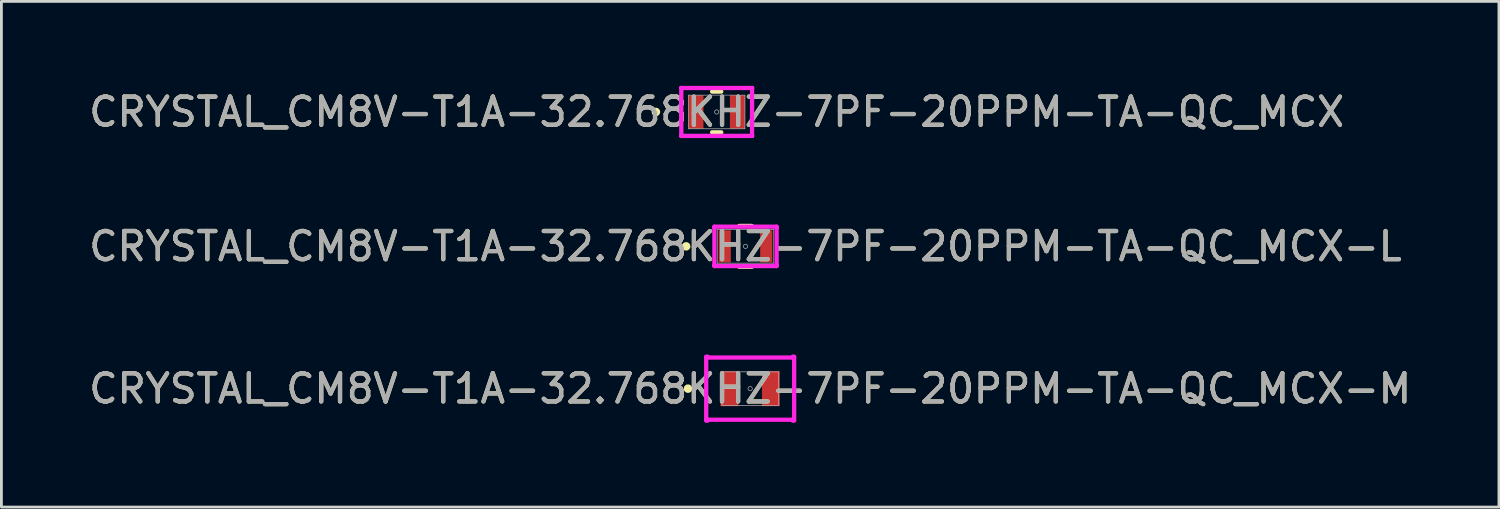
<source format=kicad_pcb>
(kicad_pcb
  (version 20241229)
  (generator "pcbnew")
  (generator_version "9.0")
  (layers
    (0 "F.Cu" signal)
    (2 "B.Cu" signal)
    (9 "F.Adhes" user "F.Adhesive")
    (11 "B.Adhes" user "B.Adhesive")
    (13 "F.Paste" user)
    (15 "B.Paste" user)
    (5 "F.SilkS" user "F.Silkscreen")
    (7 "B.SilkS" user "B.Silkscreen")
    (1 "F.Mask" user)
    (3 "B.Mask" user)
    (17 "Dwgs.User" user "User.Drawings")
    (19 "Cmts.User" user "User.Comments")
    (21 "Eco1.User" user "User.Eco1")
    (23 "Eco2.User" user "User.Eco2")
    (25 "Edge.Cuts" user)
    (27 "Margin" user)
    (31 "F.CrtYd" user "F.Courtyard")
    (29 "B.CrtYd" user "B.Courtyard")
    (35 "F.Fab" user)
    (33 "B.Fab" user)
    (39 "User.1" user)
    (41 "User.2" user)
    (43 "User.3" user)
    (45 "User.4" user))
  (footprint "CRYSTAL_CM8V-T1A-32.768KHZ-7PF-20PPM-TA-QC_MCX-M"
    (layer "F.Cu")
    (at 23.601 10.757)
    (property "Reference" "CRYSTAL_CM8V-T1A-32.768KHZ-7PF-20PPM-TA-QC_MCX-M" (at 0 0 0) (unlocked yes) (layer "F.SilkS") (effects (font (size 1 1) (thickness 0.15))))
    (attr smd)
    (fp_circle (center -2.21 0) (end -2.134 0) (stroke (width 0.152) (type solid)) (fill no) (layer "F.SilkS"))
    (fp_line (start -1.562 -1.13) (end -1.511 -1.13) (stroke (width 0.152) (type solid)) (layer "F.CrtYd"))
    (fp_line (start -1.562 1.13) (end -1.562 -1.13) (stroke (width 0.152) (type solid)) (layer "F.CrtYd"))
    (fp_line (start -1.562 1.13) (end -1.511 1.13) (stroke (width 0.152) (type solid)) (layer "F.CrtYd"))
    (fp_line (start -1.511 -1.13) (end -1.511 -1.105) (stroke (width 0.152) (type solid)) (layer "F.CrtYd"))
    (fp_line (start -1.511 -1.105) (end 1.511 -1.105) (stroke (width 0.152) (type solid)) (layer "F.CrtYd"))
    (fp_line (start -1.511 1.105) (end -1.511 1.13) (stroke (width 0.152) (type solid)) (layer "F.CrtYd"))
    (fp_line (start 1.511 -1.105) (end 1.511 -1.13) (stroke (width 0.152) (type solid)) (layer "F.CrtYd"))
    (fp_line (start 1.511 1.105) (end -1.511 1.105) (stroke (width 0.152) (type solid)) (layer "F.CrtYd"))
    (fp_line (start 1.511 1.13) (end 1.511 1.105) (stroke (width 0.152) (type solid)) (layer "F.CrtYd"))
    (fp_line (start 1.562 -1.13) (end 1.511 -1.13) (stroke (width 0.152) (type solid)) (layer "F.CrtYd"))
    (fp_line (start 1.562 -1.13) (end 1.562 1.13) (stroke (width 0.152) (type solid)) (layer "F.CrtYd"))
    (fp_line (start 1.562 1.13) (end 1.511 1.13) (stroke (width 0.152) (type solid)) (layer "F.CrtYd"))
    (fp_line (start -1.003 -0.597) (end -1.003 0.597) (stroke (width 0.025) (type solid)) (layer "F.Fab"))
    (fp_line (start -1.003 0.597) (end 1.003 0.597) (stroke (width 0.025) (type solid)) (layer "F.Fab"))
    (fp_line (start 1.003 -0.597) (end -1.003 -0.597) (stroke (width 0.025) (type solid)) (layer "F.Fab"))
    (fp_line (start 1.003 0.597) (end 1.003 -0.597) (stroke (width 0.025) (type solid)) (layer "F.Fab"))
    (fp_circle (center 0 0) (end 0.076 0) (stroke (width 0.025) (type solid)) (fill no) (layer "F.Fab"))
    (fp_text user "${REFERENCE}" (at 0 0 0) (unlocked yes) (layer "F.Fab") (effects (font (size 1 1) (thickness 0.15))))
    (pad "1" smd rect (at -0.737 0) (size 0.635 1.245) (layers "F.Cu" "F.Mask" "F.Paste"))
    (pad "2" smd rect (at 0.737 0) (size 0.635 1.245) (layers "F.Cu" "F.Mask" "F.Paste")))
  (footprint "CRYSTAL_CM8V-T1A-32.768KHZ-7PF-20PPM-TA-QC_MCX-L"
    (layer "F.Cu")
    (at 23.435 5.702)
    (property "Reference" "CRYSTAL_CM8V-T1A-32.768KHZ-7PF-20PPM-TA-QC_MCX-L" (at 0 0 0) (unlocked yes) (layer "F.SilkS") (effects (font (size 1 1) (thickness 0.15))))
    (attr smd)
    (fp_line (start -0.225 0.724) (end 0.225 0.724) (stroke (width 0.152) (type solid)) (layer "F.SilkS"))
    (fp_line (start 0.225 -0.724) (end -0.225 -0.724) (stroke (width 0.152) (type solid)) (layer "F.SilkS"))
    (fp_circle (center -2.108 0) (end -2.032 0) (stroke (width 0.152) (type solid)) (fill no) (layer "F.SilkS"))
    (fp_line (start -1.105 -0.699) (end 1.105 -0.699) (stroke (width 0.152) (type solid)) (layer "F.CrtYd"))
    (fp_line (start -1.105 -0.673) (end -1.105 -0.699) (stroke (width 0.152) (type solid)) (layer "F.CrtYd"))
    (fp_line (start -1.105 -0.673) (end -1.105 -0.673) (stroke (width 0.152) (type solid)) (layer "F.CrtYd"))
    (fp_line (start -1.105 0.673) (end -1.105 -0.673) (stroke (width 0.152) (type solid)) (layer "F.CrtYd"))
    (fp_line (start -1.105 0.673) (end -1.105 0.673) (stroke (width 0.152) (type solid)) (layer "F.CrtYd"))
    (fp_line (start -1.105 0.699) (end -1.105 0.673) (stroke (width 0.152) (type solid)) (layer "F.CrtYd"))
    (fp_line (start 1.105 -0.699) (end 1.105 -0.673) (stroke (width 0.152) (type solid)) (layer "F.CrtYd"))
    (fp_line (start 1.105 -0.673) (end 1.105 -0.673) (stroke (width 0.152) (type solid)) (layer "F.CrtYd"))
    (fp_line (start 1.105 -0.673) (end 1.105 0.673) (stroke (width 0.152) (type solid)) (layer "F.CrtYd"))
    (fp_line (start 1.105 0.673) (end 1.105 0.673) (stroke (width 0.152) (type solid)) (layer "F.CrtYd"))
    (fp_line (start 1.105 0.673) (end 1.105 0.699) (stroke (width 0.152) (type solid)) (layer "F.CrtYd"))
    (fp_line (start 1.105 0.699) (end -1.105 0.699) (stroke (width 0.152) (type solid)) (layer "F.CrtYd"))
    (fp_line (start -1.003 -0.597) (end -1.003 0.597) (stroke (width 0.025) (type solid)) (layer "F.Fab"))
    (fp_line (start -1.003 0.597) (end 1.003 0.597) (stroke (width 0.025) (type solid)) (layer "F.Fab"))
    (fp_line (start 1.003 -0.597) (end -1.003 -0.597) (stroke (width 0.025) (type solid)) (layer "F.Fab"))
    (fp_line (start 1.003 0.597) (end 1.003 -0.597) (stroke (width 0.025) (type solid)) (layer "F.Fab"))
    (fp_circle (center 0 0) (end 0.076 0) (stroke (width 0.025) (type solid)) (fill no) (layer "F.Fab"))
    (fp_text user "${REFERENCE}" (at 0 0 0) (unlocked yes) (layer "F.Fab") (effects (font (size 1 1) (thickness 0.15))))
    (pad "1" smd rect (at -0.737 0) (size 0.432 1.143) (layers "F.Cu" "F.Mask" "F.Paste"))
    (pad "2" smd rect (at 0.737 0) (size 0.432 1.143) (layers "F.Cu" "F.Mask" "F.Paste")))
  (footprint "CRYSTAL_CM8V-T1A-32.768KHZ-7PF-20PPM-TA-QC_MCX"
    (layer "F.Cu")
    (at 22.411 0.927)
    (property "Reference" "CRYSTAL_CM8V-T1A-32.768KHZ-7PF-20PPM-TA-QC_MCX" (at 0 0 0) (unlocked yes) (layer "F.SilkS") (effects (font (size 1 1) (thickness 0.15))))
    (attr smd)
    (fp_line (start -0.162 0.724) (end 0.162 0.724) (stroke (width 0.152) (type solid)) (layer "F.SilkS"))
    (fp_line (start 0.162 -0.724) (end -0.162 -0.724) (stroke (width 0.152) (type solid)) (layer "F.SilkS"))
    (fp_circle (center -2.159 0) (end -2.083 0) (stroke (width 0.152) (type solid)) (fill no) (layer "F.SilkS"))
    (fp_line (start -1.257 -0.851) (end -1.257 -0.851) (stroke (width 0.152) (type solid)) (layer "F.CrtYd"))
    (fp_line (start -1.257 -0.851) (end -1.257 -0.851) (stroke (width 0.152) (type solid)) (layer "F.CrtYd"))
    (fp_line (start -1.257 -0.851) (end 1.257 -0.851) (stroke (width 0.152) (type solid)) (layer "F.CrtYd"))
    (fp_line (start -1.257 0.851) (end -1.257 -0.851) (stroke (width 0.152) (type solid)) (layer "F.CrtYd"))
    (fp_line (start -1.257 0.851) (end -1.257 0.851) (stroke (width 0.152) (type solid)) (layer "F.CrtYd"))
    (fp_line (start -1.257 0.851) (end -1.257 0.851) (stroke (width 0.152) (type solid)) (layer "F.CrtYd"))
    (fp_line (start 1.257 -0.851) (end 1.257 -0.851) (stroke (width 0.152) (type solid)) (layer "F.CrtYd"))
    (fp_line (start 1.257 -0.851) (end 1.257 -0.851) (stroke (width 0.152) (type solid)) (layer "F.CrtYd"))
    (fp_line (start 1.257 -0.851) (end 1.257 0.851) (stroke (width 0.152) (type solid)) (layer "F.CrtYd"))
    (fp_line (start 1.257 0.851) (end -1.257 0.851) (stroke (width 0.152) (type solid)) (layer "F.CrtYd"))
    (fp_line (start 1.257 0.851) (end 1.257 0.851) (stroke (width 0.152) (type solid)) (layer "F.CrtYd"))
    (fp_line (start 1.257 0.851) (end 1.257 0.851) (stroke (width 0.152) (type solid)) (layer "F.CrtYd"))
    (fp_line (start -1.003 -0.597) (end -1.003 0.597) (stroke (width 0.025) (type solid)) (layer "F.Fab"))
    (fp_line (start -1.003 0.597) (end 1.003 0.597) (stroke (width 0.025) (type solid)) (layer "F.Fab"))
    (fp_line (start 1.003 -0.597) (end -1.003 -0.597) (stroke (width 0.025) (type solid)) (layer "F.Fab"))
    (fp_line (start 1.003 0.597) (end 1.003 -0.597) (stroke (width 0.025) (type solid)) (layer "F.Fab"))
    (fp_circle (center 0 0) (end 0.076 0) (stroke (width 0.025) (type solid)) (fill no) (layer "F.Fab"))
    (fp_text user "${REFERENCE}" (at 0 0 0) (unlocked yes) (layer "F.Fab") (effects (font (size 1 1) (thickness 0.15))))
    (pad "1" smd rect (at -0.737 0) (size 0.533 1.194) (layers "F.Cu" "F.Mask" "F.Paste"))
    (pad "2" smd rect (at 0.737 0) (size 0.533 1.194) (layers "F.Cu" "F.Mask" "F.Paste")))
  (gr_rect
    (start -3 -3)
    (end 50.202 14.964)
    (stroke (width 0.1) (type default))
    (fill no)
    (layer "Edge.Cuts")))
</source>
